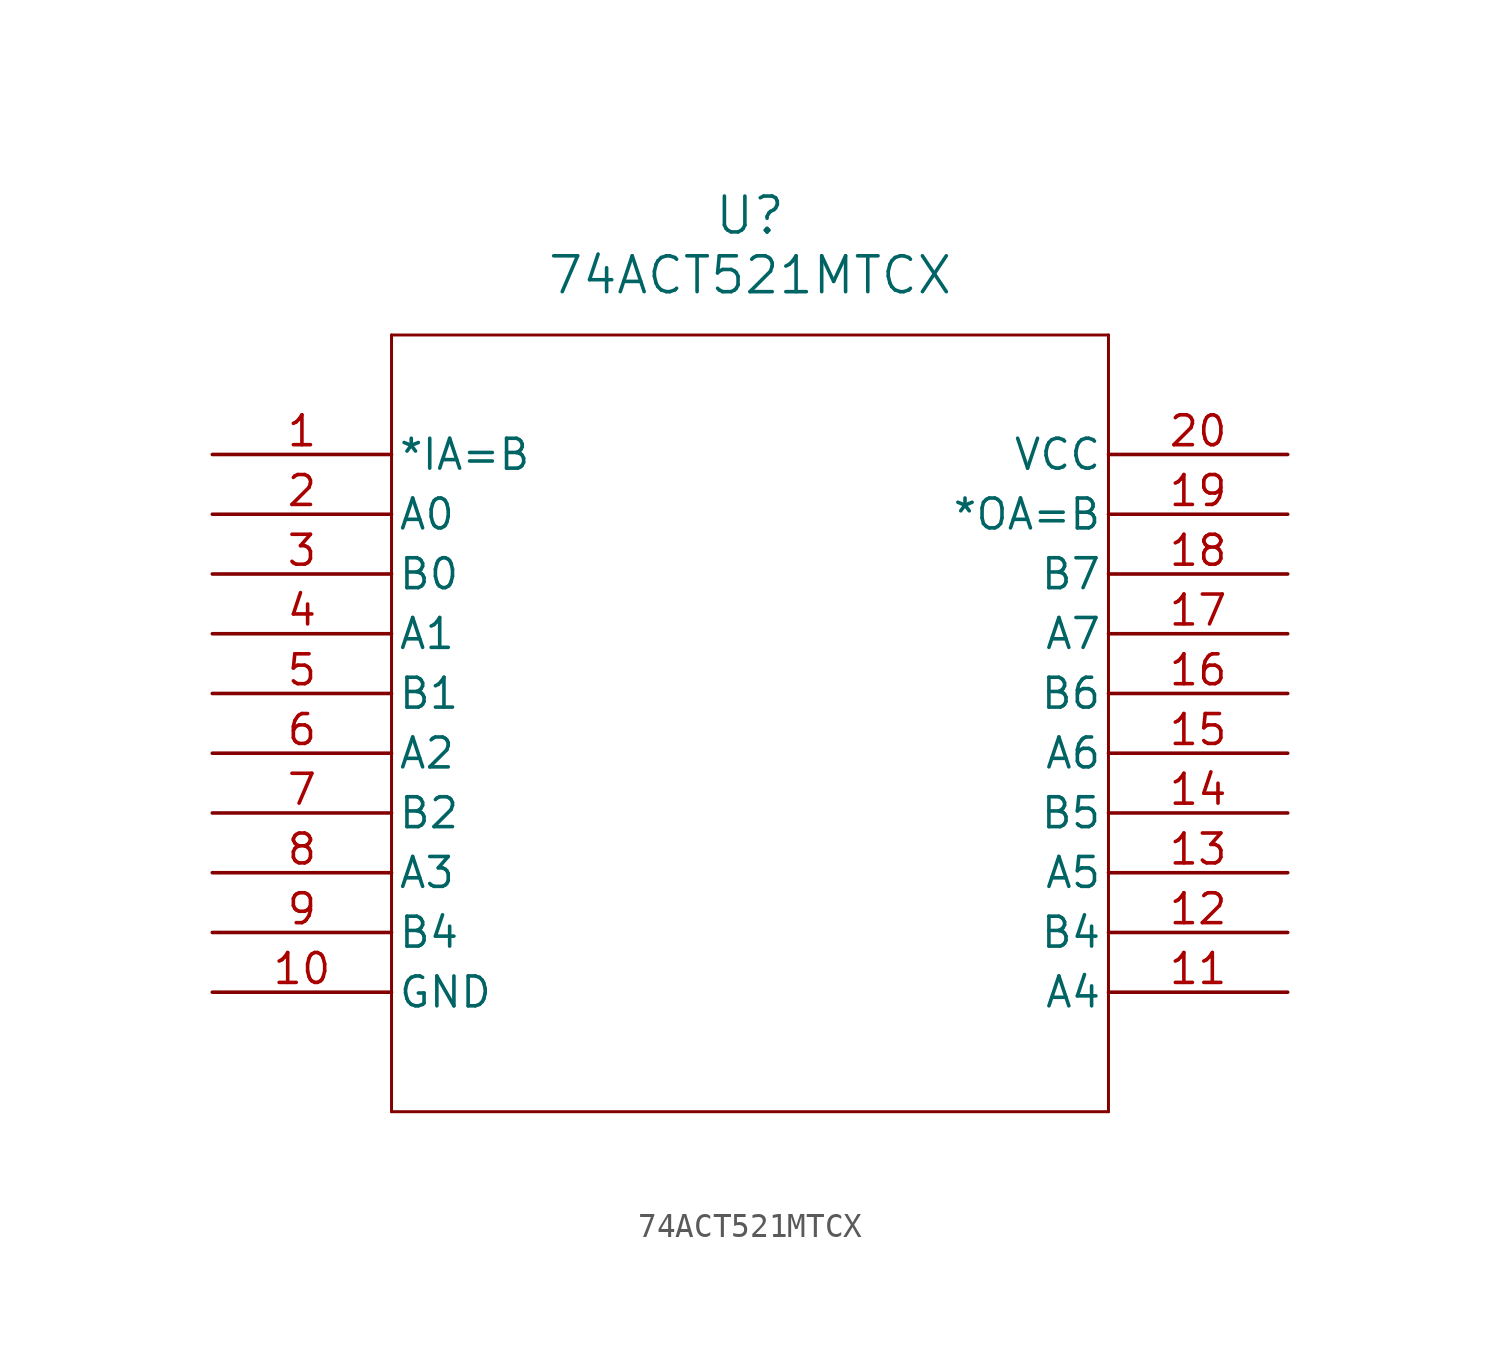
<source format=kicad_sym>
(kicad_symbol_lib
  (version 20211014)
  (generator kicad_symbol_editor)
  (symbol "74ACT521MTCX"
    (pin_names
      (offset 0.254))
    (property "Reference" "U"
      (at 22.86 10.16 0)
      (effects (font (size 1.524 1.524))))
    (property "Value" "74ACT521MTCX"
      (at 22.86 7.62 0)
      (effects (font (size 1.524 1.524))))
    (symbol "74ACT521MTCX_0_1"
      (polyline (pts (xy 7.62 5.08) (xy 7.62 -27.94)) (stroke (width 0.127) (type default) (color 0 0 0 0)) (fill (type none)))
      (polyline (pts (xy 7.62 -27.94) (xy 38.1 -27.94)) (stroke (width 0.127) (type default) (color 0 0 0 0)) (fill (type none)))
      (polyline (pts (xy 38.1 -27.94) (xy 38.1 5.08)) (stroke (width 0.127) (type default) (color 0 0 0 0)) (fill (type none)))
      (polyline (pts (xy 38.1 5.08) (xy 7.62 5.08)) (stroke (width 0.127) (type default) (color 0 0 0 0)) (fill (type none)))
      (pin input line (at 0 0 0) (length 7.62) (name "*IA=B" (effects (font (size 1.27 1.27)))) (number "1" (effects (font (size 1.27 1.27)))))
      (pin input line (at 0 -2.54 0) (length 7.62) (name "A0" (effects (font (size 1.27 1.27)))) (number "2" (effects (font (size 1.27 1.27)))))
      (pin input line (at 0 -5.08 0) (length 7.62) (name "B0" (effects (font (size 1.27 1.27)))) (number "3" (effects (font (size 1.27 1.27)))))
      (pin input line (at 0 -7.62 0) (length 7.62) (name "A1" (effects (font (size 1.27 1.27)))) (number "4" (effects (font (size 1.27 1.27)))))
      (pin input line (at 0 -10.16 0) (length 7.62) (name "B1" (effects (font (size 1.27 1.27)))) (number "5" (effects (font (size 1.27 1.27)))))
      (pin input line (at 0 -12.7 0) (length 7.62) (name "A2" (effects (font (size 1.27 1.27)))) (number "6" (effects (font (size 1.27 1.27)))))
      (pin input line (at 0 -15.24 0) (length 7.62) (name "B2" (effects (font (size 1.27 1.27)))) (number "7" (effects (font (size 1.27 1.27)))))
      (pin input line (at 0 -17.78 0) (length 7.62) (name "A3" (effects (font (size 1.27 1.27)))) (number "8" (effects (font (size 1.27 1.27)))))
      (pin input line (at 0 -20.32 0) (length 7.62) (name "B4" (effects (font (size 1.27 1.27)))) (number "9" (effects (font (size 1.27 1.27)))))
      (pin power_in line (at 0 -22.86 0) (length 7.62) (name "GND" (effects (font (size 1.27 1.27)))) (number "10" (effects (font (size 1.27 1.27)))))
      (pin input line (at 45.72 -22.86 180) (length 7.62) (name "A4" (effects (font (size 1.27 1.27)))) (number "11" (effects (font (size 1.27 1.27)))))
      (pin input line (at 45.72 -20.32 180) (length 7.62) (name "B4" (effects (font (size 1.27 1.27)))) (number "12" (effects (font (size 1.27 1.27)))))
      (pin input line (at 45.72 -17.78 180) (length 7.62) (name "A5" (effects (font (size 1.27 1.27)))) (number "13" (effects (font (size 1.27 1.27)))))
      (pin input line (at 45.72 -15.24 180) (length 7.62) (name "B5" (effects (font (size 1.27 1.27)))) (number "14" (effects (font (size 1.27 1.27)))))
      (pin input line (at 45.72 -12.7 180) (length 7.62) (name "A6" (effects (font (size 1.27 1.27)))) (number "15" (effects (font (size 1.27 1.27)))))
      (pin input line (at 45.72 -10.16 180) (length 7.62) (name "B6" (effects (font (size 1.27 1.27)))) (number "16" (effects (font (size 1.27 1.27)))))
      (pin input line (at 45.72 -7.62 180) (length 7.62) (name "A7" (effects (font (size 1.27 1.27)))) (number "17" (effects (font (size 1.27 1.27)))))
      (pin input line (at 45.72 -5.08 180) (length 7.62) (name "B7" (effects (font (size 1.27 1.27)))) (number "18" (effects (font (size 1.27 1.27)))))
      (pin output line (at 45.72 -2.54 180) (length 7.62) (name "*OA=B" (effects (font (size 1.27 1.27)))) (number "19" (effects (font (size 1.27 1.27)))))
      (pin power_in line (at 45.72 0 180) (length 7.62) (name "VCC" (effects (font (size 1.27 1.27)))) (number "20" (effects (font (size 1.27 1.27))))))))
</source>
